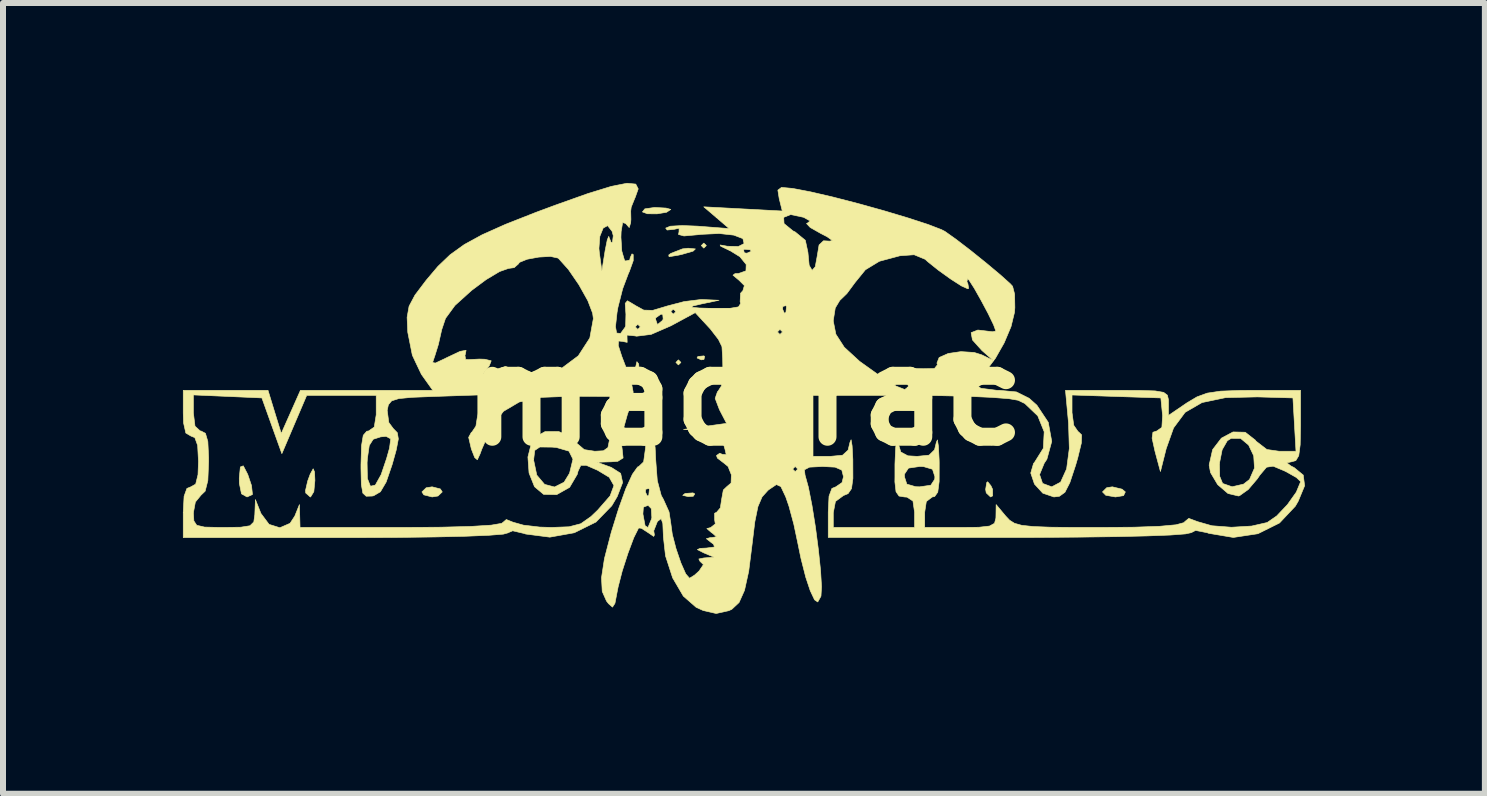
<source format=kicad_pcb>
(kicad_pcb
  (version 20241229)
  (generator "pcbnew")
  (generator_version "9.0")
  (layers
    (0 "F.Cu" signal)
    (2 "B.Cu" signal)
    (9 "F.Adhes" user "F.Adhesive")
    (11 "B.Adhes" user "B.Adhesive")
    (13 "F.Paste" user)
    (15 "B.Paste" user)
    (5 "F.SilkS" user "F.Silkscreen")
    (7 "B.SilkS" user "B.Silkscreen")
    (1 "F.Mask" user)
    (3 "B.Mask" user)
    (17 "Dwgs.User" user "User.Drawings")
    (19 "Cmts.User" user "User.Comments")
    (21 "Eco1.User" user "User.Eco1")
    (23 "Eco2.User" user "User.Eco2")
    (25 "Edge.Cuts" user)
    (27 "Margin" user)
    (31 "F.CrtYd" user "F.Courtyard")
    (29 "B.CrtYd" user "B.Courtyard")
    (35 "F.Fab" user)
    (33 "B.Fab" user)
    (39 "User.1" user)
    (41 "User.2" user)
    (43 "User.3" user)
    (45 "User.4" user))
  (footprint "mactrac"
    (layer "F.Cu")
    (at 9.403 3.542)
    (property "Reference" "mactrac" (at 0 0 0) (layer "F.SilkS") (effects (font (size 1.524 1.524) (thickness 0.3))))
    (attr through_hole)
    (fp_poly (pts (xy -1.101 -0.55) (xy -1.143 -0.508) (xy -1.185 -0.55) (xy -1.143 -0.593) (xy -1.101 -0.55)) (stroke (width 0.01) (type solid)) (fill yes) (layer "F.SilkS"))
    (fp_poly (pts (xy -0.677 -2.498) (xy -0.72 -2.455) (xy -0.762 -2.498) (xy -0.72 -2.54) (xy -0.677 -2.498)) (stroke (width 0.01) (type solid)) (fill yes) (layer "F.SilkS"))
    (fp_poly (pts (xy -1.805 -0.524) (xy -1.795 -0.392) (xy -1.812 -0.362) (xy -1.85 -0.387) (xy -1.856 -0.473) (xy -1.835 -0.563) (xy -1.805 -0.524)) (stroke (width 0.01) (type solid)) (fill yes) (layer "F.SilkS"))
    (fp_poly (pts (xy -0.87 1.642) (xy -0.895 1.681) (xy -0.981 1.687) (xy -1.071 1.666) (xy -1.032 1.635) (xy -0.9 1.625) (xy -0.87 1.642)) (stroke (width 0.01) (type solid)) (fill yes) (layer "F.SilkS"))
    (fp_poly (pts (xy -0.785 0.034) (xy -0.81 0.072) (xy -0.896 0.078) (xy -0.986 0.057) (xy -0.947 0.027) (xy -0.815 0.017) (xy -0.785 0.034)) (stroke (width 0.01) (type solid)) (fill yes) (layer "F.SilkS"))
    (fp_poly (pts (xy -0.706 -0.649) (xy -0.717 -0.599) (xy -0.762 -0.593) (xy -0.832 -0.624) (xy -0.818 -0.649) (xy -0.718 -0.659) (xy -0.706 -0.649)) (stroke (width 0.01) (type solid)) (fill yes) (layer "F.SilkS"))
    (fp_poly (pts (xy 4.206 0.642) (xy 4.191 0.744) (xy 4.08 0.827) (xy 3.994 0.79) (xy 3.979 0.727) (xy 4.048 0.61) (xy 4.113 0.593) (xy 4.206 0.642)) (stroke (width 0.01) (type solid)) (fill yes) (layer "F.SilkS"))
    (fp_poly (pts (xy -5.112 1.559) (xy -5.08 1.609) (xy -5.151 1.677) (xy -5.249 1.693) (xy -5.387 1.658) (xy -5.419 1.609) (xy -5.348 1.54) (xy -5.249 1.524) (xy -5.112 1.559)) (stroke (width 0.01) (type solid)) (fill yes) (layer "F.SilkS"))
    (fp_poly (pts (xy 4.067 1.506) (xy 4.095 1.566) (xy 4.096 1.675) (xy 4.061 1.693) (xy 3.989 1.625) (xy 3.979 1.566) (xy 3.997 1.453) (xy 4.013 1.439) (xy 4.067 1.506)) (stroke (width 0.01) (type solid)) (fill yes) (layer "F.SilkS"))
    (fp_poly (pts (xy 6.253 1.563) (xy 6.308 1.609) (xy 6.278 1.671) (xy 6.143 1.693) (xy 5.982 1.665) (xy 5.927 1.609) (xy 5.997 1.539) (xy 6.091 1.524) (xy 6.253 1.563)) (stroke (width 0.01) (type solid)) (fill yes) (layer "F.SilkS"))
    (fp_poly (pts (xy -8.323 1.317) (xy -8.26 1.503) (xy -8.244 1.652) (xy -8.334 1.693) (xy -8.427 1.641) (xy -8.463 1.465) (xy -8.464 1.376) (xy -8.446 1.193) (xy -8.397 1.174) (xy -8.323 1.317)) (stroke (width 0.01) (type solid)) (fill yes) (layer "F.SilkS"))
    (fp_poly (pts (xy -0.86 -2.442) (xy -0.898 -2.405) (xy -1.088 -2.35) (xy -1.143 -2.338) (xy -1.299 -2.312) (xy -1.304 -2.341) (xy -1.27 -2.367) (xy -1.075 -2.443) (xy -0.981 -2.454) (xy -0.86 -2.442)) (stroke (width 0.01) (type solid)) (fill yes) (layer "F.SilkS"))
    (fp_poly (pts (xy -7.209 1.276) (xy -7.203 1.418) (xy -7.221 1.605) (xy -7.275 1.693) (xy -7.281 1.693) (xy -7.356 1.627) (xy -7.36 1.587) (xy -7.323 1.426) (xy -7.281 1.312) (xy -7.232 1.223) (xy -7.209 1.276)) (stroke (width 0.01) (type solid)) (fill yes) (layer "F.SilkS"))
    (fp_poly (pts (xy -1.348 -3.123) (xy -1.27 -3.101) (xy -1.27 -3.1) (xy -1.341 -3.053) (xy -1.498 -3.027) (xy -1.66 -3.028) (xy -1.743 -3.059) (xy -1.703 -3.11) (xy -1.544 -3.133) (xy -1.529 -3.133) (xy -1.348 -3.123)) (stroke (width 0.01) (type solid)) (fill yes) (layer "F.SilkS"))
    (fp_poly (pts (xy -1.854 -3.523) (xy -1.813 -3.443) (xy -1.864 -3.299) (xy -1.866 -3.297) (xy -1.93 -3.139) (xy -1.938 -3.073) (xy -1.935 -2.934) (xy -1.939 -2.879) (xy -1.963 -2.798) (xy -2.023 -2.867) (xy -2.073 -2.881) (xy -2.098 -2.729) (xy -2.101 -2.636) (xy -2.087 -2.407) (xy -2.044 -2.26) (xy -2.027 -2.24) (xy -1.954 -2.257) (xy -1.947 -2.295) (xy -1.917 -2.36) (xy -1.896 -2.348) (xy -1.896 -2.246) (xy -1.962 -2.063) (xy -1.976 -2.034) (xy -2.072 -1.779) (xy -2.151 -1.469) (xy -2.166 -1.382) (xy -2.192 -1.145) (xy -2.173 -1.04) (xy -2.107 -1.033) (xy -2.027 -1.143) (xy -1.863 -1.143) (xy -1.82 -1.101) (xy -1.778 -1.143) (xy -1.82 -1.185) (xy -1.863 -1.143) (xy -2.027 -1.143) (xy -2.023 -1.147) (xy -2.02 -1.27) (xy -1.524 -1.27) (xy -1.495 -1.188) (xy -1.487 -1.185) (xy -1.414 -1.245) (xy -1.397 -1.27) (xy -1.404 -1.348) (xy -1.434 -1.355) (xy -1.521 -1.293) (xy -1.524 -1.27) (xy -2.02 -1.27) (xy -2.018 -1.351) (xy -2.021 -1.397) (xy -1.27 -1.397) (xy -1.228 -1.355) (xy -1.185 -1.397) (xy -1.228 -1.439) (xy 0.593 -1.439) (xy 0.624 -1.37) (xy 0.649 -1.383) (xy 0.659 -1.483) (xy 0.649 -1.496) (xy 0.599 -1.484) (xy 0.593 -1.439) (xy -1.228 -1.439) (xy -1.27 -1.397) (xy -2.021 -1.397) (xy -2.03 -1.534) (xy -1.993 -1.578) (xy -1.876 -1.509) (xy -1.861 -1.499) (xy -1.72 -1.422) (xy -1.571 -1.418) (xy -1.343 -1.486) (xy -1.335 -1.489) (xy -1.049 -1.564) (xy -0.775 -1.598) (xy -0.73 -1.598) (xy -0.466 -1.586) (xy -0.762 -1.524) (xy -0.906 -1.49) (xy -0.92 -1.469) (xy -0.79 -1.457) (xy -0.562 -1.45) (xy -0.283 -1.452) (xy -0.141 -1.476) (xy -0.106 -1.532) (xy -0.114 -1.564) (xy -0.107 -1.704) (xy -0.068 -1.746) (xy -0.043 -1.831) (xy -0.13 -1.918) (xy -0.233 -2.004) (xy -0.198 -2.031) (xy -0.143 -2.032) (xy -0.017 -2.076) (xy -0.013 -2.183) (xy -0.118 -2.312) (xy -0.275 -2.409) (xy -0.313 -2.427) (xy -0.056 -2.427) (xy -0.045 -2.377) (xy 0 -2.371) (xy 0.07 -2.402) (xy 0.056 -2.427) (xy -0.044 -2.437) (xy -0.056 -2.427) (xy -0.313 -2.427) (xy -0.436 -2.486) (xy -0.447 -2.508) (xy -0.327 -2.487) (xy -0.143 -2.483) (xy -0.048 -2.531) (xy -0.068 -2.614) (xy -0.219 -2.672) (xy -0.463 -2.699) (xy -0.762 -2.685) (xy -0.815 -2.679) (xy -1.05 -2.658) (xy -1.142 -2.683) (xy -1.133 -2.725) (xy -1.131 -2.787) (xy -1.214 -2.769) (xy -1.331 -2.757) (xy -1.355 -2.789) (xy -1.278 -2.821) (xy -1.078 -2.832) (xy -0.826 -2.822) (xy -0.296 -2.781) (xy -0.508 -2.963) (xy -0.514 -2.968) (xy 0.612 -2.968) (xy 0.618 -2.865) (xy 0.767 -2.743) (xy 0.804 -2.725) (xy 0.973 -2.586) (xy 1.016 -2.387) (xy 1.037 -2.169) (xy 1.086 -2.085) (xy 1.138 -2.144) (xy 1.169 -2.311) (xy 1.202 -2.508) (xy 1.276 -2.578) (xy 1.38 -2.572) (xy 1.425 -2.582) (xy 1.335 -2.646) (xy 1.228 -2.701) (xy 1.054 -2.8) (xy 0.993 -2.865) (xy 1.016 -2.878) (xy 1.052 -2.909) (xy 0.945 -2.969) (xy 0.728 -3.015) (xy 0.612 -2.968) (xy -0.514 -2.968) (xy -0.72 -3.144) (xy -0.065 -3.109) (xy 0.589 -3.074) (xy 0.537 -3.283) (xy 0.515 -3.422) (xy 0.576 -3.468) (xy 0.759 -3.451) (xy 0.771 -3.449) (xy 1.059 -3.394) (xy 1.434 -3.307) (xy 1.856 -3.198) (xy 2.287 -3.078) (xy 2.687 -2.958) (xy 3.019 -2.85) (xy 3.242 -2.764) (xy 3.299 -2.735) (xy 3.485 -2.603) (xy 3.73 -2.415) (xy 3.991 -2.205) (xy 4.224 -2.01) (xy 4.387 -1.864) (xy 4.428 -1.82) (xy 4.462 -1.689) (xy 4.466 -1.463) (xy 4.46 -1.384) (xy 4.402 -1.146) (xy 4.288 -0.876) (xy 4.142 -0.619) (xy 3.992 -0.419) (xy 3.862 -0.319) (xy 3.826 -0.316) (xy 3.769 -0.274) (xy 3.78 -0.211) (xy 3.898 -0.119) (xy 4.165 -0.085) (xy 4.207 -0.085) (xy 4.492 -0.058) (xy 4.704 0.048) (xy 4.833 0.163) (xy 5.023 0.449) (xy 5.081 0.767) (xy 5 1.064) (xy 4.956 1.13) (xy 4.878 1.32) (xy 4.928 1.467) (xy 5.081 1.524) (xy 5.229 1.446) (xy 5.329 1.225) (xy 5.374 0.884) (xy 5.361 0.463) (xy 5.31 -0.085) (xy 6.168 -0.085) (xy 6.556 -0.083) (xy 6.805 -0.075) (xy 6.946 -0.051) (xy 7.009 -0.004) (xy 7.027 0.072) (xy 7.027 0.124) (xy 7.027 0.334) (xy 7.335 0.124) (xy 7.503 0.024) (xy 7.673 -0.038) (xy 7.894 -0.071) (xy 8.211 -0.083) (xy 8.436 -0.085) (xy 9.229 -0.085) (xy 9.229 0.508) (xy 9.223 0.823) (xy 9.199 1.005) (xy 9.15 1.087) (xy 9.081 1.106) (xy 9 1.124) (xy 9.068 1.176) (xy 9.123 1.204) (xy 9.274 1.328) (xy 9.297 1.506) (xy 9.19 1.764) (xy 9.142 1.847) (xy 8.878 2.127) (xy 8.518 2.306) (xy 8.108 2.368) (xy 7.698 2.299) (xy 7.671 2.289) (xy 7.479 2.251) (xy 7.407 2.288) (xy 7.311 2.309) (xy 7.059 2.328) (xy 6.664 2.343) (xy 6.14 2.355) (xy 5.501 2.363) (xy 4.758 2.368) (xy 4.356 2.368) (xy 1.355 2.368) (xy 1.355 1.946) (xy 1.368 1.68) (xy 1.416 1.551) (xy 1.482 1.524) (xy 1.585 1.453) (xy 1.609 1.355) (xy 1.581 1.245) (xy 1.469 1.196) (xy 1.261 1.185) (xy 1.043 1.196) (xy 0.958 1.24) (xy 0.968 1.328) (xy 1.024 1.531) (xy 1.084 1.835) (xy 1.142 2.198) (xy 1.191 2.574) (xy 1.227 2.919) (xy 1.243 3.191) (xy 1.234 3.344) (xy 1.232 3.351) (xy 1.18 3.444) (xy 1.127 3.408) (xy 1.055 3.256) (xy 0.98 3.031) (xy 0.9 2.717) (xy 0.85 2.474) (xy 0.781 2.147) (xy 0.7 1.847) (xy 0.646 1.691) (xy 0.565 1.52) (xy 0.491 1.486) (xy 0.369 1.568) (xy 0.35 1.583) (xy 0.252 1.692) (xy 0.183 1.853) (xy 0.131 2.107) (xy 0.087 2.471) (xy 0.029 2.932) (xy -0.041 3.25) (xy -0.132 3.453) (xy -0.253 3.566) (xy -0.301 3.588) (xy -0.513 3.636) (xy -0.728 3.587) (xy -0.847 3.533) (xy -1.061 3.346) (xy -1.239 3.042) (xy -1.358 2.675) (xy -1.393 2.362) (xy -1.403 2.136) (xy -1.431 2.055) (xy -1.488 2.098) (xy -1.495 2.107) (xy -1.554 2.257) (xy -1.543 2.327) (xy -1.555 2.351) (xy -1.637 2.295) (xy -1.76 2.215) (xy -1.806 2.21) (xy -1.887 2.372) (xy -1.985 2.634) (xy -2.08 2.929) (xy -2.148 3.193) (xy -2.161 3.259) (xy -2.201 3.467) (xy -2.242 3.53) (xy -2.308 3.472) (xy -2.342 3.428) (xy -2.413 3.268) (xy -2.425 3.04) (xy -2.376 2.72) (xy -2.263 2.285) (xy -2.167 1.976) (xy -1.735 1.976) (xy -1.698 2.173) (xy -1.65 2.202) (xy -1.592 2.062) (xy -1.586 2.037) (xy -1.595 1.887) (xy -1.648 1.833) (xy -1.727 1.863) (xy -1.735 1.976) (xy -2.167 1.976) (xy -2.138 1.884) (xy -2.039 1.609) (xy -1.693 1.609) (xy -1.662 1.678) (xy -1.637 1.665) (xy -1.627 1.565) (xy -1.637 1.552) (xy -1.687 1.564) (xy -1.693 1.609) (xy -2.039 1.609) (xy -2.02 1.556) (xy -1.91 1.315) (xy -1.823 1.193) (xy -1.803 1.185) (xy -1.723 1.108) (xy -1.693 0.891) (xy -1.693 0.889) (xy -1.672 0.693) (xy -1.62 0.595) (xy -1.609 0.593) (xy -1.563 0.669) (xy -1.531 0.868) (xy -1.521 1.079) (xy -1.495 1.42) (xy -1.429 1.669) (xy -1.394 1.731) (xy -1.299 1.942) (xy -1.27 2.131) (xy -1.245 2.315) (xy -1.183 2.554) (xy -1.102 2.792) (xy -1.021 2.975) (xy -0.958 3.048) (xy -0.874 2.996) (xy -0.799 2.928) (xy -0.726 2.821) (xy -0.784 2.765) (xy -0.802 2.727) (xy -0.72 2.71) (xy -0.55 2.697) (xy -0.72 2.625) (xy -0.827 2.571) (xy -0.782 2.55) (xy -0.677 2.545) (xy -0.541 2.527) (xy -0.558 2.48) (xy -0.593 2.455) (xy -0.677 2.389) (xy -0.614 2.371) (xy -0.593 2.371) (xy -0.508 2.357) (xy -0.572 2.3) (xy -0.593 2.286) (xy -0.669 2.22) (xy -0.605 2.203) (xy -0.528 2.142) (xy -0.539 2.074) (xy -0.54 1.965) (xy -0.505 1.947) (xy -0.444 1.875) (xy -0.423 1.736) (xy -0.394 1.577) (xy -0.339 1.524) (xy -0.265 1.461) (xy -0.26 1.323) (xy -0.298 1.228) (xy 0.762 1.228) (xy 0.804 1.27) (xy 0.847 1.228) (xy 0.804 1.185) (xy 0.762 1.228) (xy -0.298 1.228) (xy -0.315 1.185) (xy -0.381 1.131) (xy -0.493 1.045) (xy -0.508 1.002) (xy -0.454 0.964) (xy -0.409 0.983) (xy -0.346 0.987) (xy -0.367 0.896) (xy -0.415 0.73) (xy -0.423 0.67) (xy -0.498 0.617) (xy -0.684 0.583) (xy -0.741 0.58) (xy -1.058 0.567) (xy -0.699 0.516) (xy -0.34 0.466) (xy -0.459 0.237) (xy -0.53 0.05) (xy -0.513 0) (xy 1.101 0) (xy 1.101 1.016) (xy 1.391 1.016) (xy 1.594 0.997) (xy 1.686 0.912) (xy 1.717 0.783) (xy 1.736 0.739) (xy 1.753 0.841) (xy 1.765 1.069) (xy 1.765 1.087) (xy 1.766 1.385) (xy 1.743 1.554) (xy 1.685 1.638) (xy 1.609 1.669) (xy 1.475 1.768) (xy 1.439 1.957) (xy 1.439 2.201) (xy 2.794 2.201) (xy 2.794 1.947) (xy 2.767 1.761) (xy 2.668 1.696) (xy 2.625 1.693) (xy 2.535 1.678) (xy 2.485 1.606) (xy 2.466 1.442) (xy 2.467 1.355) (xy 2.625 1.355) (xy 2.665 1.479) (xy 2.813 1.522) (xy 2.879 1.524) (xy 3.065 1.497) (xy 3.13 1.398) (xy 3.133 1.355) (xy 3.093 1.231) (xy 2.944 1.187) (xy 2.879 1.185) (xy 2.693 1.212) (xy 2.627 1.311) (xy 2.625 1.355) (xy 2.467 1.355) (xy 2.467 1.149) (xy 2.468 1.122) (xy 2.479 0.875) (xy 2.495 0.749) (xy 2.513 0.767) (xy 2.516 0.783) (xy 2.565 0.944) (xy 2.683 1.007) (xy 2.836 1.016) (xy 3.036 0.996) (xy 3.127 0.907) (xy 3.157 0.783) (xy 3.175 0.742) (xy 3.192 0.848) (xy 3.204 1.077) (xy 3.205 1.122) (xy 3.204 1.436) (xy 3.181 1.613) (xy 3.129 1.686) (xy 3.09 1.693) (xy 2.99 1.769) (xy 2.963 1.947) (xy 2.963 2.201) (xy 3.556 2.201) (xy 3.866 2.198) (xy 4.044 2.178) (xy 4.127 2.132) (xy 4.15 2.046) (xy 4.151 2.011) (xy 4.154 1.82) (xy 4.313 2.011) (xy 4.379 2.081) (xy 4.46 2.132) (xy 4.582 2.166) (xy 4.772 2.186) (xy 5.057 2.197) (xy 5.464 2.201) (xy 5.87 2.201) (xy 6.454 2.197) (xy 6.879 2.182) (xy 7.152 2.157) (xy 7.285 2.121) (xy 7.299 2.105) (xy 7.366 2.05) (xy 7.513 2.105) (xy 7.751 2.173) (xy 8.077 2.198) (xy 8.414 2.178) (xy 8.673 2.119) (xy 8.832 2.009) (xy 9.01 1.821) (xy 9.158 1.613) (xy 9.227 1.447) (xy 9.228 1.434) (xy 9.16 1.369) (xy 8.992 1.274) (xy 8.957 1.257) (xy 8.773 1.18) (xy 8.662 1.197) (xy 8.55 1.329) (xy 8.51 1.389) (xy 8.357 1.569) (xy 8.212 1.672) (xy 8.194 1.677) (xy 8.019 1.635) (xy 7.847 1.487) (xy 7.728 1.286) (xy 7.705 1.162) (xy 7.712 1.131) (xy 7.877 1.131) (xy 7.881 1.349) (xy 7.93 1.468) (xy 8.088 1.523) (xy 8.279 1.479) (xy 8.378 1.402) (xy 8.461 1.212) (xy 8.448 1.007) (xy 8.363 0.828) (xy 8.23 0.717) (xy 8.072 0.716) (xy 8.008 0.756) (xy 7.922 0.906) (xy 7.877 1.131) (xy 7.712 1.131) (xy 7.763 0.904) (xy 7.909 0.713) (xy 8.104 0.609) (xy 8.307 0.614) (xy 8.477 0.747) (xy 8.486 0.762) (xy 8.668 0.902) (xy 8.872 0.931) (xy 9.153 0.931) (xy 9.102 0.042) (xy 8.509 0.025) (xy 7.98 0.037) (xy 7.587 0.119) (xy 7.305 0.282) (xy 7.112 0.542) (xy 6.989 0.888) (xy 6.893 1.269) (xy 6.802 0.931) (xy 6.754 0.713) (xy 6.768 0.614) (xy 6.833 0.593) (xy 6.917 0.533) (xy 6.929 0.34) (xy 6.927 0.318) (xy 6.9 0.042) (xy 6.16 0.018) (xy 5.419 -0.007) (xy 5.419 0.287) (xy 5.448 0.499) (xy 5.522 0.606) (xy 5.528 0.608) (xy 5.579 0.658) (xy 5.575 0.793) (xy 5.514 1.044) (xy 5.479 1.164) (xy 5.383 1.454) (xy 5.301 1.615) (xy 5.208 1.682) (xy 5.117 1.693) (xy 4.932 1.63) (xy 4.793 1.478) (xy 4.731 1.294) (xy 4.778 1.133) (xy 4.792 1.119) (xy 4.941 0.881) (xy 4.955 0.606) (xy 4.848 0.341) (xy 4.632 0.135) (xy 4.52 0.081) (xy 4.37 0.055) (xy 4.081 0.033) (xy 3.685 0.015) (xy 3.212 0.004) (xy 2.704 0) (xy 1.101 0) (xy -0.513 0) (xy -0.492 -0.061) (xy -0.48 -0.073) (xy -0.424 -0.161) (xy -0.4 -0.329) (xy -0.405 -0.612) (xy -0.417 -0.813) (xy -0.475 -0.932) (xy -0.572 -1.058) (xy 0.508 -1.058) (xy 0.55 -1.016) (xy 0.593 -1.058) (xy 0.55 -1.101) (xy 0.508 -1.058) (xy -0.572 -1.058) (xy -0.609 -1.106) (xy -0.643 -1.143) (xy -0.732 -1.239) (xy 1.439 -1.239) (xy 1.482 -1.02) (xy 1.622 -0.803) (xy 1.879 -0.567) (xy 2.242 -0.308) (xy 2.491 -0.153) (xy 2.631 -0.098) (xy 2.668 -0.127) (xy 3.556 -0.127) (xy 3.598 -0.085) (xy 3.641 -0.127) (xy 3.598 -0.169) (xy 3.556 -0.127) (xy 2.668 -0.127) (xy 2.687 -0.142) (xy 2.687 -0.275) (xy 2.696 -0.405) (xy 2.791 -0.449) (xy 2.939 -0.445) (xy 3.126 -0.449) (xy 3.175 -0.51) (xy 3.167 -0.54) (xy 3.204 -0.632) (xy 3.355 -0.699) (xy 3.567 -0.73) (xy 3.788 -0.716) (xy 3.915 -0.676) (xy 4.106 -0.583) (xy 3.916 -0.75) (xy 3.759 -0.925) (xy 3.737 -1.046) (xy 3.849 -1.09) (xy 3.937 -1.08) (xy 4.095 -1.061) (xy 4.149 -1.073) (xy 4.112 -1.175) (xy 4.022 -1.362) (xy 3.904 -1.583) (xy 3.789 -1.787) (xy 3.703 -1.921) (xy 3.677 -1.947) (xy 3.667 -1.893) (xy 3.683 -1.863) (xy 3.696 -1.784) (xy 3.68 -1.778) (xy 3.576 -1.825) (xy 3.395 -1.941) (xy 3.189 -2.089) (xy 3.012 -2.231) (xy 2.971 -2.269) (xy 2.787 -2.345) (xy 2.55 -2.328) (xy 2.207 -2.236) (xy 1.975 -2.095) (xy 1.801 -1.881) (xy 1.665 -1.697) (xy 1.547 -1.583) (xy 1.472 -1.458) (xy 1.439 -1.249) (xy 1.439 -1.239) (xy -0.732 -1.239) (xy -0.862 -1.38) (xy -1.267 -1.161) (xy -1.598 -1.017) (xy -1.841 -0.987) (xy -1.866 -0.992) (xy -2 -1.006) (xy -1.999 -0.946) (xy -1.997 -0.884) (xy -2.073 -0.9) (xy -2.14 -0.907) (xy -2.146 -0.834) (xy -2.087 -0.651) (xy -2.03 -0.502) (xy -1.932 -0.237) (xy -1.897 -0.056) (xy -1.921 0.113) (xy -1.993 0.316) (xy -2.07 0.593) (xy -2.089 0.835) (xy -2.081 0.892) (xy -2.065 1.043) (xy -2.154 1.099) (xy -2.263 1.107) (xy -2.498 1.114) (xy -2.262 1.2) (xy -2.106 1.299) (xy -2.073 1.453) (xy -2.163 1.686) (xy -2.254 1.84) (xy -2.517 2.111) (xy -2.879 2.29) (xy -3.287 2.363) (xy -3.689 2.311) (xy -3.719 2.301) (xy -3.906 2.257) (xy -3.979 2.288) (xy -3.979 2.29) (xy -4.062 2.313) (xy -4.302 2.332) (xy -4.686 2.348) (xy -5.204 2.36) (xy -5.842 2.368) (xy -6.588 2.371) (xy -6.689 2.371) (xy -9.398 2.371) (xy -9.398 1.947) (xy -9.384 1.681) (xy -9.337 1.551) (xy -9.271 1.524) (xy -9.191 1.479) (xy -9.152 1.322) (xy -9.144 1.101) (xy -9.158 0.834) (xy -9.205 0.704) (xy -9.271 0.677) (xy -9.355 0.627) (xy -9.393 0.458) (xy -9.398 0.296) (xy -9.398 0.292) (xy -9.229 0.292) (xy -9.202 0.513) (xy -9.116 0.592) (xy -9.102 0.593) (xy -9.028 0.632) (xy -8.988 0.769) (xy -8.975 1.038) (xy -8.975 1.103) (xy -8.988 1.419) (xy -9.033 1.597) (xy -9.102 1.663) (xy -9.196 1.778) (xy -9.229 1.956) (xy -9.221 2.092) (xy -9.173 2.165) (xy -9.043 2.195) (xy -8.792 2.201) (xy -8.721 2.201) (xy -8.439 2.197) (xy -8.286 2.173) (xy -8.222 2.11) (xy -8.205 1.99) (xy -8.204 1.968) (xy -8.195 1.736) (xy -8.103 1.968) (xy -7.967 2.15) (xy -7.787 2.206) (xy -7.617 2.132) (xy -7.538 2.011) (xy -7.461 1.82) (xy -7.451 2.201) (xy -5.757 2.201) (xy -5.102 2.197) (xy -4.603 2.184) (xy -4.264 2.163) (xy -4.089 2.133) (xy -4.064 2.114) (xy -4.012 2.069) (xy -3.9 2.114) (xy -3.726 2.163) (xy -3.454 2.195) (xy -3.257 2.201) (xy -2.965 2.19) (xy -2.77 2.139) (xy -2.601 2.02) (xy -2.489 1.913) (xy -2.282 1.676) (xy -2.218 1.503) (xy -2.296 1.365) (xy -2.49 1.248) (xy -2.68 1.165) (xy -2.77 1.166) (xy -2.816 1.263) (xy -2.829 1.315) (xy -2.957 1.533) (xy -3.172 1.654) (xy -3.39 1.65) (xy -3.542 1.522) (xy -3.633 1.294) (xy -3.648 1.081) (xy -3.556 1.081) (xy -3.504 1.329) (xy -3.374 1.483) (xy -3.208 1.527) (xy -3.049 1.447) (xy -2.958 1.298) (xy -2.901 1.063) (xy -2.968 0.929) (xy -3.177 0.868) (xy -3.25 0.862) (xy -3.453 0.86) (xy -3.538 0.917) (xy -3.556 1.068) (xy -3.556 1.081) (xy -3.648 1.081) (xy -3.652 1.027) (xy -3.59 0.781) (xy -3.537 0.699) (xy -3.365 0.603) (xy -3.139 0.602) (xy -2.942 0.687) (xy -2.879 0.762) (xy -2.712 0.904) (xy -2.537 0.931) (xy -2.393 0.923) (xy -2.318 0.87) (xy -2.29 0.73) (xy -2.286 0.474) (xy -2.286 0.017) (xy -2.941 0.014) (xy -3.435 0.033) (xy -3.796 0.11) (xy -4.059 0.265) (xy -4.256 0.52) (xy -4.421 0.897) (xy -4.449 0.974) (xy -4.495 1.073) (xy -4.539 1.036) (xy -4.595 0.893) (xy -4.64 0.699) (xy -4.594 0.614) (xy -4.585 0.611) (xy -4.519 0.513) (xy -4.488 0.317) (xy -4.487 0.286) (xy -4.487 -0.007) (xy -5.228 0.018) (xy -5.584 0.032) (xy -5.804 0.053) (xy -5.924 0.091) (xy -5.978 0.156) (xy -5.998 0.249) (xy -5.971 0.452) (xy -5.897 0.552) (xy -5.829 0.622) (xy -5.812 0.726) (xy -5.847 0.909) (xy -5.914 1.149) (xy -6.015 1.444) (xy -6.111 1.607) (xy -6.224 1.673) (xy -6.249 1.678) (xy -6.348 1.681) (xy -6.404 1.629) (xy -6.429 1.486) (xy -6.435 1.216) (xy -6.435 1.149) (xy -6.434 1.122) (xy -6.333 1.122) (xy -6.328 1.386) (xy -6.277 1.514) (xy -6.196 1.495) (xy -6.098 1.319) (xy -6.095 1.309) (xy -6.008 1.052) (xy -5.959 0.878) (xy -5.939 0.724) (xy -6.015 0.683) (xy -6.106 0.691) (xy -6.231 0.731) (xy -6.297 0.835) (xy -6.328 1.051) (xy -6.333 1.122) (xy -6.434 1.122) (xy -6.426 0.838) (xy -6.397 0.665) (xy -6.338 0.597) (xy -6.308 0.593) (xy -6.214 0.528) (xy -6.181 0.323) (xy -6.181 0.296) (xy -6.181 0) (xy -7.34 0) (xy -7.547 0.485) (xy -7.754 0.971) (xy -7.921 0.506) (xy -8.087 0.042) (xy -9.229 -0.008) (xy -9.229 0.292) (xy -9.398 0.292) (xy -9.398 -0.085) (xy -7.985 -0.085) (xy -7.875 0.275) (xy -7.764 0.635) (xy -7.604 0.275) (xy -7.444 -0.085) (xy -5.238 -0.085) (xy -5.428 -0.352) (xy -5.522 -0.549) (xy -5.241 -0.549) (xy -5.195 -0.539) (xy -5.037 -0.613) (xy -5.012 -0.626) (xy -4.783 -0.734) (xy -4.683 -0.752) (xy -4.696 -0.682) (xy -4.702 -0.672) (xy -4.691 -0.6) (xy -4.644 -0.597) (xy -4.461 -0.606) (xy -4.371 -0.603) (xy -4.264 -0.577) (xy -4.296 -0.494) (xy -4.329 -0.452) (xy -4.397 -0.359) (xy -4.35 -0.364) (xy -4.248 -0.416) (xy -4.027 -0.482) (xy -3.867 -0.433) (xy -3.81 -0.293) (xy -3.769 -0.211) (xy -3.635 -0.213) (xy -3.39 -0.303) (xy -3.113 -0.435) (xy -2.812 -0.66) (xy -2.62 -0.957) (xy -2.561 -1.28) (xy -2.573 -1.37) (xy -2.653 -1.579) (xy -2.802 -1.845) (xy -2.977 -2.1) (xy -3.135 -2.276) (xy -3.152 -2.29) (xy -3.275 -2.317) (xy -3.47 -2.306) (xy -3.665 -2.27) (xy -3.793 -2.218) (xy -3.81 -2.192) (xy -3.881 -2.13) (xy -3.976 -2.117) (xy -4.124 -2.065) (xy -4.348 -1.931) (xy -4.589 -1.752) (xy -4.868 -1.5) (xy -5.026 -1.284) (xy -5.089 -1.096) (xy -5.145 -0.848) (xy -5.206 -0.652) (xy -5.208 -0.648) (xy -5.241 -0.549) (xy -5.522 -0.549) (xy -5.579 -0.671) (xy -5.655 -1.053) (xy -5.666 -1.302) (xy -5.633 -1.487) (xy -5.535 -1.672) (xy -5.35 -1.917) (xy -5.152 -2.151) (xy -4.949 -2.345) (xy -4.803 -2.45) (xy -2.468 -2.45) (xy -2.461 -2.379) (xy -2.419 -2.074) (xy -2.365 -2.413) (xy -2.329 -2.593) (xy -2.304 -2.652) (xy -2.298 -2.632) (xy -2.264 -2.549) (xy -2.242 -2.556) (xy -2.229 -2.662) (xy -2.249 -2.736) (xy -2.323 -2.83) (xy -2.397 -2.79) (xy -2.453 -2.652) (xy -2.468 -2.45) (xy -4.803 -2.45) (xy -4.713 -2.515) (xy -4.415 -2.678) (xy -4.028 -2.851) (xy -3.523 -3.05) (xy -3.189 -3.174) (xy -2.655 -3.364) (xy -2.262 -3.485) (xy -2 -3.537) (xy -1.854 -3.523)) (stroke (width 0.01) (type solid)) (fill yes) (layer "F.SilkS")))
  (gr_rect
    (start -3 -3)
    (end 21.705 10.183)
    (stroke (width 0.1) (type default))
    (fill no)
    (layer "Edge.Cuts")))
</source>
